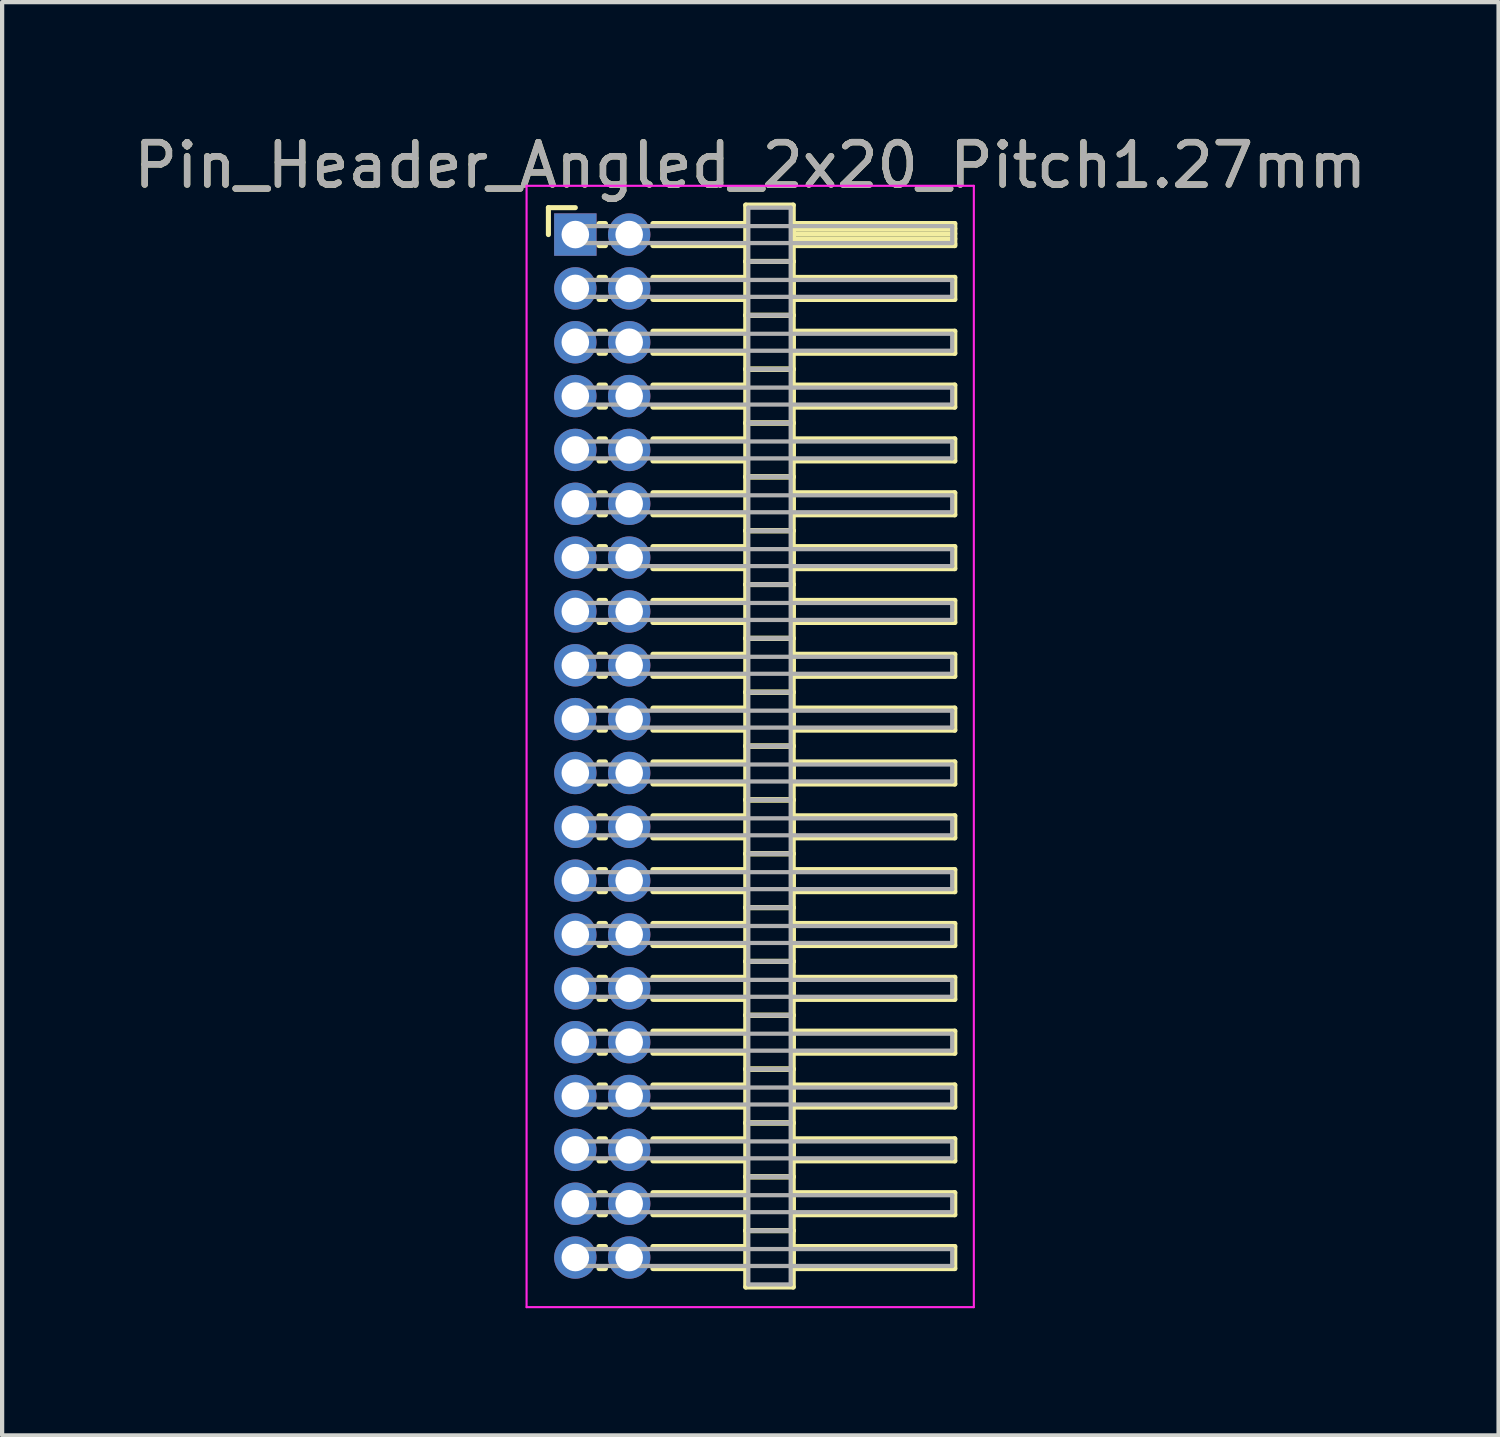
<source format=kicad_pcb>
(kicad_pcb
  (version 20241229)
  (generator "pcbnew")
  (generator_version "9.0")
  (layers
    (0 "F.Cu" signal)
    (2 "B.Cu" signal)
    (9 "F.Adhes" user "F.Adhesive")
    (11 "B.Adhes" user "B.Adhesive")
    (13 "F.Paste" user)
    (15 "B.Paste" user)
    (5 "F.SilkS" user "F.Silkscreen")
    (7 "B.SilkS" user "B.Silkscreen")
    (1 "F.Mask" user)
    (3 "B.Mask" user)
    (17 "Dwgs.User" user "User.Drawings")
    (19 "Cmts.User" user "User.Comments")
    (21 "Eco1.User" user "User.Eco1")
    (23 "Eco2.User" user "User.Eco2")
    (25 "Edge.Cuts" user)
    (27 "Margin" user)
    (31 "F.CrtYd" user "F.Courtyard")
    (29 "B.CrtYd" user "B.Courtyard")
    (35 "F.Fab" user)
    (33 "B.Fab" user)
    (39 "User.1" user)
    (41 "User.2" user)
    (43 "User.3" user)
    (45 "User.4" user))
  (footprint "Pin_Header_Angled_2x20_Pitch1.27mm"
    (layer "F.Cu")
    (at 10.521 2.483)
    (property "Reference" "Pin_Header_Angled_2x20_Pitch1.27mm" (at 4.128 -1.635 0) (layer "F.SilkS") (effects (font (size 1 1) (thickness 0.15))))
    (attr through_hole)
    (fp_line (start -0.635 -0.635) (end 0 -0.635) (stroke (width 0.12) (type solid)) (layer "F.SilkS"))
    (fp_line (start -0.635 0) (end -0.635 -0.635) (stroke (width 0.12) (type solid)) (layer "F.SilkS"))
    (fp_line (start 0.56 -0.26) (end 0.71 -0.26) (stroke (width 0.12) (type solid)) (layer "F.SilkS"))
    (fp_line (start 0.56 0.26) (end 0.71 0.26) (stroke (width 0.12) (type solid)) (layer "F.SilkS"))
    (fp_line (start 0.56 1.01) (end 0.71 1.01) (stroke (width 0.12) (type solid)) (layer "F.SilkS"))
    (fp_line (start 0.56 1.53) (end 0.71 1.53) (stroke (width 0.12) (type solid)) (layer "F.SilkS"))
    (fp_line (start 0.56 2.28) (end 0.71 2.28) (stroke (width 0.12) (type solid)) (layer "F.SilkS"))
    (fp_line (start 0.56 2.8) (end 0.71 2.8) (stroke (width 0.12) (type solid)) (layer "F.SilkS"))
    (fp_line (start 0.56 3.55) (end 0.71 3.55) (stroke (width 0.12) (type solid)) (layer "F.SilkS"))
    (fp_line (start 0.56 4.07) (end 0.71 4.07) (stroke (width 0.12) (type solid)) (layer "F.SilkS"))
    (fp_line (start 0.56 4.82) (end 0.71 4.82) (stroke (width 0.12) (type solid)) (layer "F.SilkS"))
    (fp_line (start 0.56 5.34) (end 0.71 5.34) (stroke (width 0.12) (type solid)) (layer "F.SilkS"))
    (fp_line (start 0.56 6.09) (end 0.71 6.09) (stroke (width 0.12) (type solid)) (layer "F.SilkS"))
    (fp_line (start 0.56 6.61) (end 0.71 6.61) (stroke (width 0.12) (type solid)) (layer "F.SilkS"))
    (fp_line (start 0.56 7.36) (end 0.71 7.36) (stroke (width 0.12) (type solid)) (layer "F.SilkS"))
    (fp_line (start 0.56 7.88) (end 0.71 7.88) (stroke (width 0.12) (type solid)) (layer "F.SilkS"))
    (fp_line (start 0.56 8.63) (end 0.71 8.63) (stroke (width 0.12) (type solid)) (layer "F.SilkS"))
    (fp_line (start 0.56 9.15) (end 0.71 9.15) (stroke (width 0.12) (type solid)) (layer "F.SilkS"))
    (fp_line (start 0.56 9.9) (end 0.71 9.9) (stroke (width 0.12) (type solid)) (layer "F.SilkS"))
    (fp_line (start 0.56 10.42) (end 0.71 10.42) (stroke (width 0.12) (type solid)) (layer "F.SilkS"))
    (fp_line (start 0.56 11.17) (end 0.71 11.17) (stroke (width 0.12) (type solid)) (layer "F.SilkS"))
    (fp_line (start 0.56 11.69) (end 0.71 11.69) (stroke (width 0.12) (type solid)) (layer "F.SilkS"))
    (fp_line (start 0.56 12.44) (end 0.71 12.44) (stroke (width 0.12) (type solid)) (layer "F.SilkS"))
    (fp_line (start 0.56 12.96) (end 0.71 12.96) (stroke (width 0.12) (type solid)) (layer "F.SilkS"))
    (fp_line (start 0.56 13.71) (end 0.71 13.71) (stroke (width 0.12) (type solid)) (layer "F.SilkS"))
    (fp_line (start 0.56 14.23) (end 0.71 14.23) (stroke (width 0.12) (type solid)) (layer "F.SilkS"))
    (fp_line (start 0.56 14.98) (end 0.71 14.98) (stroke (width 0.12) (type solid)) (layer "F.SilkS"))
    (fp_line (start 0.56 15.5) (end 0.71 15.5) (stroke (width 0.12) (type solid)) (layer "F.SilkS"))
    (fp_line (start 0.56 16.25) (end 0.71 16.25) (stroke (width 0.12) (type solid)) (layer "F.SilkS"))
    (fp_line (start 0.56 16.77) (end 0.71 16.77) (stroke (width 0.12) (type solid)) (layer "F.SilkS"))
    (fp_line (start 0.56 17.52) (end 0.71 17.52) (stroke (width 0.12) (type solid)) (layer "F.SilkS"))
    (fp_line (start 0.56 18.04) (end 0.71 18.04) (stroke (width 0.12) (type solid)) (layer "F.SilkS"))
    (fp_line (start 0.56 18.79) (end 0.71 18.79) (stroke (width 0.12) (type solid)) (layer "F.SilkS"))
    (fp_line (start 0.56 19.31) (end 0.71 19.31) (stroke (width 0.12) (type solid)) (layer "F.SilkS"))
    (fp_line (start 0.56 20.06) (end 0.71 20.06) (stroke (width 0.12) (type solid)) (layer "F.SilkS"))
    (fp_line (start 0.56 20.58) (end 0.71 20.58) (stroke (width 0.12) (type solid)) (layer "F.SilkS"))
    (fp_line (start 0.56 21.33) (end 0.71 21.33) (stroke (width 0.12) (type solid)) (layer "F.SilkS"))
    (fp_line (start 0.56 21.85) (end 0.71 21.85) (stroke (width 0.12) (type solid)) (layer "F.SilkS"))
    (fp_line (start 0.56 22.6) (end 0.71 22.6) (stroke (width 0.12) (type solid)) (layer "F.SilkS"))
    (fp_line (start 0.56 23.12) (end 0.71 23.12) (stroke (width 0.12) (type solid)) (layer "F.SilkS"))
    (fp_line (start 0.56 23.87) (end 0.71 23.87) (stroke (width 0.12) (type solid)) (layer "F.SilkS"))
    (fp_line (start 0.56 24.39) (end 0.71 24.39) (stroke (width 0.12) (type solid)) (layer "F.SilkS"))
    (fp_line (start 1.83 -0.26) (end 4.02 -0.26) (stroke (width 0.12) (type solid)) (layer "F.SilkS"))
    (fp_line (start 1.83 0.26) (end 4.02 0.26) (stroke (width 0.12) (type solid)) (layer "F.SilkS"))
    (fp_line (start 1.83 1.01) (end 4.02 1.01) (stroke (width 0.12) (type solid)) (layer "F.SilkS"))
    (fp_line (start 1.83 1.53) (end 4.02 1.53) (stroke (width 0.12) (type solid)) (layer "F.SilkS"))
    (fp_line (start 1.83 2.28) (end 4.02 2.28) (stroke (width 0.12) (type solid)) (layer "F.SilkS"))
    (fp_line (start 1.83 2.8) (end 4.02 2.8) (stroke (width 0.12) (type solid)) (layer "F.SilkS"))
    (fp_line (start 1.83 3.55) (end 4.02 3.55) (stroke (width 0.12) (type solid)) (layer "F.SilkS"))
    (fp_line (start 1.83 4.07) (end 4.02 4.07) (stroke (width 0.12) (type solid)) (layer "F.SilkS"))
    (fp_line (start 1.83 4.82) (end 4.02 4.82) (stroke (width 0.12) (type solid)) (layer "F.SilkS"))
    (fp_line (start 1.83 5.34) (end 4.02 5.34) (stroke (width 0.12) (type solid)) (layer "F.SilkS"))
    (fp_line (start 1.83 6.09) (end 4.02 6.09) (stroke (width 0.12) (type solid)) (layer "F.SilkS"))
    (fp_line (start 1.83 6.61) (end 4.02 6.61) (stroke (width 0.12) (type solid)) (layer "F.SilkS"))
    (fp_line (start 1.83 7.36) (end 4.02 7.36) (stroke (width 0.12) (type solid)) (layer "F.SilkS"))
    (fp_line (start 1.83 7.88) (end 4.02 7.88) (stroke (width 0.12) (type solid)) (layer "F.SilkS"))
    (fp_line (start 1.83 8.63) (end 4.02 8.63) (stroke (width 0.12) (type solid)) (layer "F.SilkS"))
    (fp_line (start 1.83 9.15) (end 4.02 9.15) (stroke (width 0.12) (type solid)) (layer "F.SilkS"))
    (fp_line (start 1.83 9.9) (end 4.02 9.9) (stroke (width 0.12) (type solid)) (layer "F.SilkS"))
    (fp_line (start 1.83 10.42) (end 4.02 10.42) (stroke (width 0.12) (type solid)) (layer "F.SilkS"))
    (fp_line (start 1.83 11.17) (end 4.02 11.17) (stroke (width 0.12) (type solid)) (layer "F.SilkS"))
    (fp_line (start 1.83 11.69) (end 4.02 11.69) (stroke (width 0.12) (type solid)) (layer "F.SilkS"))
    (fp_line (start 1.83 12.44) (end 4.02 12.44) (stroke (width 0.12) (type solid)) (layer "F.SilkS"))
    (fp_line (start 1.83 12.96) (end 4.02 12.96) (stroke (width 0.12) (type solid)) (layer "F.SilkS"))
    (fp_line (start 1.83 13.71) (end 4.02 13.71) (stroke (width 0.12) (type solid)) (layer "F.SilkS"))
    (fp_line (start 1.83 14.23) (end 4.02 14.23) (stroke (width 0.12) (type solid)) (layer "F.SilkS"))
    (fp_line (start 1.83 14.98) (end 4.02 14.98) (stroke (width 0.12) (type solid)) (layer "F.SilkS"))
    (fp_line (start 1.83 15.5) (end 4.02 15.5) (stroke (width 0.12) (type solid)) (layer "F.SilkS"))
    (fp_line (start 1.83 16.25) (end 4.02 16.25) (stroke (width 0.12) (type solid)) (layer "F.SilkS"))
    (fp_line (start 1.83 16.77) (end 4.02 16.77) (stroke (width 0.12) (type solid)) (layer "F.SilkS"))
    (fp_line (start 1.83 17.52) (end 4.02 17.52) (stroke (width 0.12) (type solid)) (layer "F.SilkS"))
    (fp_line (start 1.83 18.04) (end 4.02 18.04) (stroke (width 0.12) (type solid)) (layer "F.SilkS"))
    (fp_line (start 1.83 18.79) (end 4.02 18.79) (stroke (width 0.12) (type solid)) (layer "F.SilkS"))
    (fp_line (start 1.83 19.31) (end 4.02 19.31) (stroke (width 0.12) (type solid)) (layer "F.SilkS"))
    (fp_line (start 1.83 20.06) (end 4.02 20.06) (stroke (width 0.12) (type solid)) (layer "F.SilkS"))
    (fp_line (start 1.83 20.58) (end 4.02 20.58) (stroke (width 0.12) (type solid)) (layer "F.SilkS"))
    (fp_line (start 1.83 21.33) (end 4.02 21.33) (stroke (width 0.12) (type solid)) (layer "F.SilkS"))
    (fp_line (start 1.83 21.85) (end 4.02 21.85) (stroke (width 0.12) (type solid)) (layer "F.SilkS"))
    (fp_line (start 1.83 22.6) (end 4.02 22.6) (stroke (width 0.12) (type solid)) (layer "F.SilkS"))
    (fp_line (start 1.83 23.12) (end 4.02 23.12) (stroke (width 0.12) (type solid)) (layer "F.SilkS"))
    (fp_line (start 1.83 23.87) (end 4.02 23.87) (stroke (width 0.12) (type solid)) (layer "F.SilkS"))
    (fp_line (start 1.83 24.39) (end 4.02 24.39) (stroke (width 0.12) (type solid)) (layer "F.SilkS"))
    (fp_line (start 4.02 -0.695) (end 4.02 0.635) (stroke (width 0.12) (type solid)) (layer "F.SilkS"))
    (fp_line (start 4.02 0.635) (end 4.02 1.905) (stroke (width 0.12) (type solid)) (layer "F.SilkS"))
    (fp_line (start 4.02 0.635) (end 5.14 0.635) (stroke (width 0.12) (type solid)) (layer "F.SilkS"))
    (fp_line (start 4.02 1.905) (end 4.02 3.175) (stroke (width 0.12) (type solid)) (layer "F.SilkS"))
    (fp_line (start 4.02 1.905) (end 5.14 1.905) (stroke (width 0.12) (type solid)) (layer "F.SilkS"))
    (fp_line (start 4.02 3.175) (end 4.02 4.445) (stroke (width 0.12) (type solid)) (layer "F.SilkS"))
    (fp_line (start 4.02 3.175) (end 5.14 3.175) (stroke (width 0.12) (type solid)) (layer "F.SilkS"))
    (fp_line (start 4.02 4.445) (end 4.02 5.715) (stroke (width 0.12) (type solid)) (layer "F.SilkS"))
    (fp_line (start 4.02 4.445) (end 5.14 4.445) (stroke (width 0.12) (type solid)) (layer "F.SilkS"))
    (fp_line (start 4.02 5.715) (end 4.02 6.985) (stroke (width 0.12) (type solid)) (layer "F.SilkS"))
    (fp_line (start 4.02 5.715) (end 5.14 5.715) (stroke (width 0.12) (type solid)) (layer "F.SilkS"))
    (fp_line (start 4.02 6.985) (end 4.02 8.255) (stroke (width 0.12) (type solid)) (layer "F.SilkS"))
    (fp_line (start 4.02 6.985) (end 5.14 6.985) (stroke (width 0.12) (type solid)) (layer "F.SilkS"))
    (fp_line (start 4.02 8.255) (end 4.02 9.525) (stroke (width 0.12) (type solid)) (layer "F.SilkS"))
    (fp_line (start 4.02 8.255) (end 5.14 8.255) (stroke (width 0.12) (type solid)) (layer "F.SilkS"))
    (fp_line (start 4.02 9.525) (end 4.02 10.795) (stroke (width 0.12) (type solid)) (layer "F.SilkS"))
    (fp_line (start 4.02 9.525) (end 5.14 9.525) (stroke (width 0.12) (type solid)) (layer "F.SilkS"))
    (fp_line (start 4.02 10.795) (end 4.02 12.065) (stroke (width 0.12) (type solid)) (layer "F.SilkS"))
    (fp_line (start 4.02 10.795) (end 5.14 10.795) (stroke (width 0.12) (type solid)) (layer "F.SilkS"))
    (fp_line (start 4.02 12.065) (end 4.02 13.335) (stroke (width 0.12) (type solid)) (layer "F.SilkS"))
    (fp_line (start 4.02 12.065) (end 5.14 12.065) (stroke (width 0.12) (type solid)) (layer "F.SilkS"))
    (fp_line (start 4.02 13.335) (end 4.02 14.605) (stroke (width 0.12) (type solid)) (layer "F.SilkS"))
    (fp_line (start 4.02 13.335) (end 5.14 13.335) (stroke (width 0.12) (type solid)) (layer "F.SilkS"))
    (fp_line (start 4.02 14.605) (end 4.02 15.875) (stroke (width 0.12) (type solid)) (layer "F.SilkS"))
    (fp_line (start 4.02 14.605) (end 5.14 14.605) (stroke (width 0.12) (type solid)) (layer "F.SilkS"))
    (fp_line (start 4.02 15.875) (end 4.02 17.145) (stroke (width 0.12) (type solid)) (layer "F.SilkS"))
    (fp_line (start 4.02 15.875) (end 5.14 15.875) (stroke (width 0.12) (type solid)) (layer "F.SilkS"))
    (fp_line (start 4.02 17.145) (end 4.02 18.415) (stroke (width 0.12) (type solid)) (layer "F.SilkS"))
    (fp_line (start 4.02 17.145) (end 5.14 17.145) (stroke (width 0.12) (type solid)) (layer "F.SilkS"))
    (fp_line (start 4.02 18.415) (end 4.02 19.685) (stroke (width 0.12) (type solid)) (layer "F.SilkS"))
    (fp_line (start 4.02 18.415) (end 5.14 18.415) (stroke (width 0.12) (type solid)) (layer "F.SilkS"))
    (fp_line (start 4.02 19.685) (end 4.02 20.955) (stroke (width 0.12) (type solid)) (layer "F.SilkS"))
    (fp_line (start 4.02 19.685) (end 5.14 19.685) (stroke (width 0.12) (type solid)) (layer "F.SilkS"))
    (fp_line (start 4.02 20.955) (end 4.02 22.225) (stroke (width 0.12) (type solid)) (layer "F.SilkS"))
    (fp_line (start 4.02 20.955) (end 5.14 20.955) (stroke (width 0.12) (type solid)) (layer "F.SilkS"))
    (fp_line (start 4.02 22.225) (end 4.02 23.495) (stroke (width 0.12) (type solid)) (layer "F.SilkS"))
    (fp_line (start 4.02 22.225) (end 5.14 22.225) (stroke (width 0.12) (type solid)) (layer "F.SilkS"))
    (fp_line (start 4.02 23.495) (end 4.02 24.825) (stroke (width 0.12) (type solid)) (layer "F.SilkS"))
    (fp_line (start 4.02 23.495) (end 5.14 23.495) (stroke (width 0.12) (type solid)) (layer "F.SilkS"))
    (fp_line (start 4.02 24.825) (end 5.14 24.825) (stroke (width 0.12) (type solid)) (layer "F.SilkS"))
    (fp_line (start 5.14 -0.695) (end 4.02 -0.695) (stroke (width 0.12) (type solid)) (layer "F.SilkS"))
    (fp_line (start 5.14 -0.26) (end 5.14 0.26) (stroke (width 0.12) (type solid)) (layer "F.SilkS"))
    (fp_line (start 5.14 -0.14) (end 8.95 -0.14) (stroke (width 0.12) (type solid)) (layer "F.SilkS"))
    (fp_line (start 5.14 -0.02) (end 8.95 -0.02) (stroke (width 0.12) (type solid)) (layer "F.SilkS"))
    (fp_line (start 5.14 0.1) (end 8.95 0.1) (stroke (width 0.12) (type solid)) (layer "F.SilkS"))
    (fp_line (start 5.14 0.22) (end 8.95 0.22) (stroke (width 0.12) (type solid)) (layer "F.SilkS"))
    (fp_line (start 5.14 0.26) (end 8.95 0.26) (stroke (width 0.12) (type solid)) (layer "F.SilkS"))
    (fp_line (start 5.14 0.635) (end 4.02 0.635) (stroke (width 0.12) (type solid)) (layer "F.SilkS"))
    (fp_line (start 5.14 0.635) (end 5.14 -0.695) (stroke (width 0.12) (type solid)) (layer "F.SilkS"))
    (fp_line (start 5.14 1.01) (end 5.14 1.53) (stroke (width 0.12) (type solid)) (layer "F.SilkS"))
    (fp_line (start 5.14 1.53) (end 8.95 1.53) (stroke (width 0.12) (type solid)) (layer "F.SilkS"))
    (fp_line (start 5.14 1.905) (end 4.02 1.905) (stroke (width 0.12) (type solid)) (layer "F.SilkS"))
    (fp_line (start 5.14 1.905) (end 5.14 0.635) (stroke (width 0.12) (type solid)) (layer "F.SilkS"))
    (fp_line (start 5.14 2.28) (end 5.14 2.8) (stroke (width 0.12) (type solid)) (layer "F.SilkS"))
    (fp_line (start 5.14 2.8) (end 8.95 2.8) (stroke (width 0.12) (type solid)) (layer "F.SilkS"))
    (fp_line (start 5.14 3.175) (end 4.02 3.175) (stroke (width 0.12) (type solid)) (layer "F.SilkS"))
    (fp_line (start 5.14 3.175) (end 5.14 1.905) (stroke (width 0.12) (type solid)) (layer "F.SilkS"))
    (fp_line (start 5.14 3.55) (end 5.14 4.07) (stroke (width 0.12) (type solid)) (layer "F.SilkS"))
    (fp_line (start 5.14 4.07) (end 8.95 4.07) (stroke (width 0.12) (type solid)) (layer "F.SilkS"))
    (fp_line (start 5.14 4.445) (end 4.02 4.445) (stroke (width 0.12) (type solid)) (layer "F.SilkS"))
    (fp_line (start 5.14 4.445) (end 5.14 3.175) (stroke (width 0.12) (type solid)) (layer "F.SilkS"))
    (fp_line (start 5.14 4.82) (end 5.14 5.34) (stroke (width 0.12) (type solid)) (layer "F.SilkS"))
    (fp_line (start 5.14 5.34) (end 8.95 5.34) (stroke (width 0.12) (type solid)) (layer "F.SilkS"))
    (fp_line (start 5.14 5.715) (end 4.02 5.715) (stroke (width 0.12) (type solid)) (layer "F.SilkS"))
    (fp_line (start 5.14 5.715) (end 5.14 4.445) (stroke (width 0.12) (type solid)) (layer "F.SilkS"))
    (fp_line (start 5.14 6.09) (end 5.14 6.61) (stroke (width 0.12) (type solid)) (layer "F.SilkS"))
    (fp_line (start 5.14 6.61) (end 8.95 6.61) (stroke (width 0.12) (type solid)) (layer "F.SilkS"))
    (fp_line (start 5.14 6.985) (end 4.02 6.985) (stroke (width 0.12) (type solid)) (layer "F.SilkS"))
    (fp_line (start 5.14 6.985) (end 5.14 5.715) (stroke (width 0.12) (type solid)) (layer "F.SilkS"))
    (fp_line (start 5.14 7.36) (end 5.14 7.88) (stroke (width 0.12) (type solid)) (layer "F.SilkS"))
    (fp_line (start 5.14 7.88) (end 8.95 7.88) (stroke (width 0.12) (type solid)) (layer "F.SilkS"))
    (fp_line (start 5.14 8.255) (end 4.02 8.255) (stroke (width 0.12) (type solid)) (layer "F.SilkS"))
    (fp_line (start 5.14 8.255) (end 5.14 6.985) (stroke (width 0.12) (type solid)) (layer "F.SilkS"))
    (fp_line (start 5.14 8.63) (end 5.14 9.15) (stroke (width 0.12) (type solid)) (layer "F.SilkS"))
    (fp_line (start 5.14 9.15) (end 8.95 9.15) (stroke (width 0.12) (type solid)) (layer "F.SilkS"))
    (fp_line (start 5.14 9.525) (end 4.02 9.525) (stroke (width 0.12) (type solid)) (layer "F.SilkS"))
    (fp_line (start 5.14 9.525) (end 5.14 8.255) (stroke (width 0.12) (type solid)) (layer "F.SilkS"))
    (fp_line (start 5.14 9.9) (end 5.14 10.42) (stroke (width 0.12) (type solid)) (layer "F.SilkS"))
    (fp_line (start 5.14 10.42) (end 8.95 10.42) (stroke (width 0.12) (type solid)) (layer "F.SilkS"))
    (fp_line (start 5.14 10.795) (end 4.02 10.795) (stroke (width 0.12) (type solid)) (layer "F.SilkS"))
    (fp_line (start 5.14 10.795) (end 5.14 9.525) (stroke (width 0.12) (type solid)) (layer "F.SilkS"))
    (fp_line (start 5.14 11.17) (end 5.14 11.69) (stroke (width 0.12) (type solid)) (layer "F.SilkS"))
    (fp_line (start 5.14 11.69) (end 8.95 11.69) (stroke (width 0.12) (type solid)) (layer "F.SilkS"))
    (fp_line (start 5.14 12.065) (end 4.02 12.065) (stroke (width 0.12) (type solid)) (layer "F.SilkS"))
    (fp_line (start 5.14 12.065) (end 5.14 10.795) (stroke (width 0.12) (type solid)) (layer "F.SilkS"))
    (fp_line (start 5.14 12.44) (end 5.14 12.96) (stroke (width 0.12) (type solid)) (layer "F.SilkS"))
    (fp_line (start 5.14 12.96) (end 8.95 12.96) (stroke (width 0.12) (type solid)) (layer "F.SilkS"))
    (fp_line (start 5.14 13.335) (end 4.02 13.335) (stroke (width 0.12) (type solid)) (layer "F.SilkS"))
    (fp_line (start 5.14 13.335) (end 5.14 12.065) (stroke (width 0.12) (type solid)) (layer "F.SilkS"))
    (fp_line (start 5.14 13.71) (end 5.14 14.23) (stroke (width 0.12) (type solid)) (layer "F.SilkS"))
    (fp_line (start 5.14 14.23) (end 8.95 14.23) (stroke (width 0.12) (type solid)) (layer "F.SilkS"))
    (fp_line (start 5.14 14.605) (end 4.02 14.605) (stroke (width 0.12) (type solid)) (layer "F.SilkS"))
    (fp_line (start 5.14 14.605) (end 5.14 13.335) (stroke (width 0.12) (type solid)) (layer "F.SilkS"))
    (fp_line (start 5.14 14.98) (end 5.14 15.5) (stroke (width 0.12) (type solid)) (layer "F.SilkS"))
    (fp_line (start 5.14 15.5) (end 8.95 15.5) (stroke (width 0.12) (type solid)) (layer "F.SilkS"))
    (fp_line (start 5.14 15.875) (end 4.02 15.875) (stroke (width 0.12) (type solid)) (layer "F.SilkS"))
    (fp_line (start 5.14 15.875) (end 5.14 14.605) (stroke (width 0.12) (type solid)) (layer "F.SilkS"))
    (fp_line (start 5.14 16.25) (end 5.14 16.77) (stroke (width 0.12) (type solid)) (layer "F.SilkS"))
    (fp_line (start 5.14 16.77) (end 8.95 16.77) (stroke (width 0.12) (type solid)) (layer "F.SilkS"))
    (fp_line (start 5.14 17.145) (end 4.02 17.145) (stroke (width 0.12) (type solid)) (layer "F.SilkS"))
    (fp_line (start 5.14 17.145) (end 5.14 15.875) (stroke (width 0.12) (type solid)) (layer "F.SilkS"))
    (fp_line (start 5.14 17.52) (end 5.14 18.04) (stroke (width 0.12) (type solid)) (layer "F.SilkS"))
    (fp_line (start 5.14 18.04) (end 8.95 18.04) (stroke (width 0.12) (type solid)) (layer "F.SilkS"))
    (fp_line (start 5.14 18.415) (end 4.02 18.415) (stroke (width 0.12) (type solid)) (layer "F.SilkS"))
    (fp_line (start 5.14 18.415) (end 5.14 17.145) (stroke (width 0.12) (type solid)) (layer "F.SilkS"))
    (fp_line (start 5.14 18.79) (end 5.14 19.31) (stroke (width 0.12) (type solid)) (layer "F.SilkS"))
    (fp_line (start 5.14 19.31) (end 8.95 19.31) (stroke (width 0.12) (type solid)) (layer "F.SilkS"))
    (fp_line (start 5.14 19.685) (end 4.02 19.685) (stroke (width 0.12) (type solid)) (layer "F.SilkS"))
    (fp_line (start 5.14 19.685) (end 5.14 18.415) (stroke (width 0.12) (type solid)) (layer "F.SilkS"))
    (fp_line (start 5.14 20.06) (end 5.14 20.58) (stroke (width 0.12) (type solid)) (layer "F.SilkS"))
    (fp_line (start 5.14 20.58) (end 8.95 20.58) (stroke (width 0.12) (type solid)) (layer "F.SilkS"))
    (fp_line (start 5.14 20.955) (end 4.02 20.955) (stroke (width 0.12) (type solid)) (layer "F.SilkS"))
    (fp_line (start 5.14 20.955) (end 5.14 19.685) (stroke (width 0.12) (type solid)) (layer "F.SilkS"))
    (fp_line (start 5.14 21.33) (end 5.14 21.85) (stroke (width 0.12) (type solid)) (layer "F.SilkS"))
    (fp_line (start 5.14 21.85) (end 8.95 21.85) (stroke (width 0.12) (type solid)) (layer "F.SilkS"))
    (fp_line (start 5.14 22.225) (end 4.02 22.225) (stroke (width 0.12) (type solid)) (layer "F.SilkS"))
    (fp_line (start 5.14 22.225) (end 5.14 20.955) (stroke (width 0.12) (type solid)) (layer "F.SilkS"))
    (fp_line (start 5.14 22.6) (end 5.14 23.12) (stroke (width 0.12) (type solid)) (layer "F.SilkS"))
    (fp_line (start 5.14 23.12) (end 8.95 23.12) (stroke (width 0.12) (type solid)) (layer "F.SilkS"))
    (fp_line (start 5.14 23.495) (end 4.02 23.495) (stroke (width 0.12) (type solid)) (layer "F.SilkS"))
    (fp_line (start 5.14 23.495) (end 5.14 22.225) (stroke (width 0.12) (type solid)) (layer "F.SilkS"))
    (fp_line (start 5.14 23.87) (end 5.14 24.39) (stroke (width 0.12) (type solid)) (layer "F.SilkS"))
    (fp_line (start 5.14 24.39) (end 8.95 24.39) (stroke (width 0.12) (type solid)) (layer "F.SilkS"))
    (fp_line (start 5.14 24.825) (end 5.14 23.495) (stroke (width 0.12) (type solid)) (layer "F.SilkS"))
    (fp_line (start 8.95 -0.26) (end 5.14 -0.26) (stroke (width 0.12) (type solid)) (layer "F.SilkS"))
    (fp_line (start 8.95 0.26) (end 8.95 -0.26) (stroke (width 0.12) (type solid)) (layer "F.SilkS"))
    (fp_line (start 8.95 1.01) (end 5.14 1.01) (stroke (width 0.12) (type solid)) (layer "F.SilkS"))
    (fp_line (start 8.95 1.53) (end 8.95 1.01) (stroke (width 0.12) (type solid)) (layer "F.SilkS"))
    (fp_line (start 8.95 2.28) (end 5.14 2.28) (stroke (width 0.12) (type solid)) (layer "F.SilkS"))
    (fp_line (start 8.95 2.8) (end 8.95 2.28) (stroke (width 0.12) (type solid)) (layer "F.SilkS"))
    (fp_line (start 8.95 3.55) (end 5.14 3.55) (stroke (width 0.12) (type solid)) (layer "F.SilkS"))
    (fp_line (start 8.95 4.07) (end 8.95 3.55) (stroke (width 0.12) (type solid)) (layer "F.SilkS"))
    (fp_line (start 8.95 4.82) (end 5.14 4.82) (stroke (width 0.12) (type solid)) (layer "F.SilkS"))
    (fp_line (start 8.95 5.34) (end 8.95 4.82) (stroke (width 0.12) (type solid)) (layer "F.SilkS"))
    (fp_line (start 8.95 6.09) (end 5.14 6.09) (stroke (width 0.12) (type solid)) (layer "F.SilkS"))
    (fp_line (start 8.95 6.61) (end 8.95 6.09) (stroke (width 0.12) (type solid)) (layer "F.SilkS"))
    (fp_line (start 8.95 7.36) (end 5.14 7.36) (stroke (width 0.12) (type solid)) (layer "F.SilkS"))
    (fp_line (start 8.95 7.88) (end 8.95 7.36) (stroke (width 0.12) (type solid)) (layer "F.SilkS"))
    (fp_line (start 8.95 8.63) (end 5.14 8.63) (stroke (width 0.12) (type solid)) (layer "F.SilkS"))
    (fp_line (start 8.95 9.15) (end 8.95 8.63) (stroke (width 0.12) (type solid)) (layer "F.SilkS"))
    (fp_line (start 8.95 9.9) (end 5.14 9.9) (stroke (width 0.12) (type solid)) (layer "F.SilkS"))
    (fp_line (start 8.95 10.42) (end 8.95 9.9) (stroke (width 0.12) (type solid)) (layer "F.SilkS"))
    (fp_line (start 8.95 11.17) (end 5.14 11.17) (stroke (width 0.12) (type solid)) (layer "F.SilkS"))
    (fp_line (start 8.95 11.69) (end 8.95 11.17) (stroke (width 0.12) (type solid)) (layer "F.SilkS"))
    (fp_line (start 8.95 12.44) (end 5.14 12.44) (stroke (width 0.12) (type solid)) (layer "F.SilkS"))
    (fp_line (start 8.95 12.96) (end 8.95 12.44) (stroke (width 0.12) (type solid)) (layer "F.SilkS"))
    (fp_line (start 8.95 13.71) (end 5.14 13.71) (stroke (width 0.12) (type solid)) (layer "F.SilkS"))
    (fp_line (start 8.95 14.23) (end 8.95 13.71) (stroke (width 0.12) (type solid)) (layer "F.SilkS"))
    (fp_line (start 8.95 14.98) (end 5.14 14.98) (stroke (width 0.12) (type solid)) (layer "F.SilkS"))
    (fp_line (start 8.95 15.5) (end 8.95 14.98) (stroke (width 0.12) (type solid)) (layer "F.SilkS"))
    (fp_line (start 8.95 16.25) (end 5.14 16.25) (stroke (width 0.12) (type solid)) (layer "F.SilkS"))
    (fp_line (start 8.95 16.77) (end 8.95 16.25) (stroke (width 0.12) (type solid)) (layer "F.SilkS"))
    (fp_line (start 8.95 17.52) (end 5.14 17.52) (stroke (width 0.12) (type solid)) (layer "F.SilkS"))
    (fp_line (start 8.95 18.04) (end 8.95 17.52) (stroke (width 0.12) (type solid)) (layer "F.SilkS"))
    (fp_line (start 8.95 18.79) (end 5.14 18.79) (stroke (width 0.12) (type solid)) (layer "F.SilkS"))
    (fp_line (start 8.95 19.31) (end 8.95 18.79) (stroke (width 0.12) (type solid)) (layer "F.SilkS"))
    (fp_line (start 8.95 20.06) (end 5.14 20.06) (stroke (width 0.12) (type solid)) (layer "F.SilkS"))
    (fp_line (start 8.95 20.58) (end 8.95 20.06) (stroke (width 0.12) (type solid)) (layer "F.SilkS"))
    (fp_line (start 8.95 21.33) (end 5.14 21.33) (stroke (width 0.12) (type solid)) (layer "F.SilkS"))
    (fp_line (start 8.95 21.85) (end 8.95 21.33) (stroke (width 0.12) (type solid)) (layer "F.SilkS"))
    (fp_line (start 8.95 22.6) (end 5.14 22.6) (stroke (width 0.12) (type solid)) (layer "F.SilkS"))
    (fp_line (start 8.95 23.12) (end 8.95 22.6) (stroke (width 0.12) (type solid)) (layer "F.SilkS"))
    (fp_line (start 8.95 23.87) (end 5.14 23.87) (stroke (width 0.12) (type solid)) (layer "F.SilkS"))
    (fp_line (start 8.95 24.39) (end 8.95 23.87) (stroke (width 0.12) (type solid)) (layer "F.SilkS"))
    (fp_line (start -1.15 -1.15) (end -1.15 25.3) (stroke (width 0.05) (type solid)) (layer "F.CrtYd"))
    (fp_line (start -1.15 25.3) (end 9.4 25.3) (stroke (width 0.05) (type solid)) (layer "F.CrtYd"))
    (fp_line (start 9.4 -1.15) (end -1.15 -1.15) (stroke (width 0.05) (type solid)) (layer "F.CrtYd"))
    (fp_line (start 9.4 25.3) (end 9.4 -1.15) (stroke (width 0.05) (type solid)) (layer "F.CrtYd"))
    (fp_line (start 0 -0.2) (end 0 0.2) (stroke (width 0.1) (type solid)) (layer "F.Fab"))
    (fp_line (start 0 0.2) (end 8.89 0.2) (stroke (width 0.1) (type solid)) (layer "F.Fab"))
    (fp_line (start 0 1.07) (end 0 1.47) (stroke (width 0.1) (type solid)) (layer "F.Fab"))
    (fp_line (start 0 1.47) (end 8.89 1.47) (stroke (width 0.1) (type solid)) (layer "F.Fab"))
    (fp_line (start 0 2.34) (end 0 2.74) (stroke (width 0.1) (type solid)) (layer "F.Fab"))
    (fp_line (start 0 2.74) (end 8.89 2.74) (stroke (width 0.1) (type solid)) (layer "F.Fab"))
    (fp_line (start 0 3.61) (end 0 4.01) (stroke (width 0.1) (type solid)) (layer "F.Fab"))
    (fp_line (start 0 4.01) (end 8.89 4.01) (stroke (width 0.1) (type solid)) (layer "F.Fab"))
    (fp_line (start 0 4.88) (end 0 5.28) (stroke (width 0.1) (type solid)) (layer "F.Fab"))
    (fp_line (start 0 5.28) (end 8.89 5.28) (stroke (width 0.1) (type solid)) (layer "F.Fab"))
    (fp_line (start 0 6.15) (end 0 6.55) (stroke (width 0.1) (type solid)) (layer "F.Fab"))
    (fp_line (start 0 6.55) (end 8.89 6.55) (stroke (width 0.1) (type solid)) (layer "F.Fab"))
    (fp_line (start 0 7.42) (end 0 7.82) (stroke (width 0.1) (type solid)) (layer "F.Fab"))
    (fp_line (start 0 7.82) (end 8.89 7.82) (stroke (width 0.1) (type solid)) (layer "F.Fab"))
    (fp_line (start 0 8.69) (end 0 9.09) (stroke (width 0.1) (type solid)) (layer "F.Fab"))
    (fp_line (start 0 9.09) (end 8.89 9.09) (stroke (width 0.1) (type solid)) (layer "F.Fab"))
    (fp_line (start 0 9.96) (end 0 10.36) (stroke (width 0.1) (type solid)) (layer "F.Fab"))
    (fp_line (start 0 10.36) (end 8.89 10.36) (stroke (width 0.1) (type solid)) (layer "F.Fab"))
    (fp_line (start 0 11.23) (end 0 11.63) (stroke (width 0.1) (type solid)) (layer "F.Fab"))
    (fp_line (start 0 11.63) (end 8.89 11.63) (stroke (width 0.1) (type solid)) (layer "F.Fab"))
    (fp_line (start 0 12.5) (end 0 12.9) (stroke (width 0.1) (type solid)) (layer "F.Fab"))
    (fp_line (start 0 12.9) (end 8.89 12.9) (stroke (width 0.1) (type solid)) (layer "F.Fab"))
    (fp_line (start 0 13.77) (end 0 14.17) (stroke (width 0.1) (type solid)) (layer "F.Fab"))
    (fp_line (start 0 14.17) (end 8.89 14.17) (stroke (width 0.1) (type solid)) (layer "F.Fab"))
    (fp_line (start 0 15.04) (end 0 15.44) (stroke (width 0.1) (type solid)) (layer "F.Fab"))
    (fp_line (start 0 15.44) (end 8.89 15.44) (stroke (width 0.1) (type solid)) (layer "F.Fab"))
    (fp_line (start 0 16.31) (end 0 16.71) (stroke (width 0.1) (type solid)) (layer "F.Fab"))
    (fp_line (start 0 16.71) (end 8.89 16.71) (stroke (width 0.1) (type solid)) (layer "F.Fab"))
    (fp_line (start 0 17.58) (end 0 17.98) (stroke (width 0.1) (type solid)) (layer "F.Fab"))
    (fp_line (start 0 17.98) (end 8.89 17.98) (stroke (width 0.1) (type solid)) (layer "F.Fab"))
    (fp_line (start 0 18.85) (end 0 19.25) (stroke (width 0.1) (type solid)) (layer "F.Fab"))
    (fp_line (start 0 19.25) (end 8.89 19.25) (stroke (width 0.1) (type solid)) (layer "F.Fab"))
    (fp_line (start 0 20.12) (end 0 20.52) (stroke (width 0.1) (type solid)) (layer "F.Fab"))
    (fp_line (start 0 20.52) (end 8.89 20.52) (stroke (width 0.1) (type solid)) (layer "F.Fab"))
    (fp_line (start 0 21.39) (end 0 21.79) (stroke (width 0.1) (type solid)) (layer "F.Fab"))
    (fp_line (start 0 21.79) (end 8.89 21.79) (stroke (width 0.1) (type solid)) (layer "F.Fab"))
    (fp_line (start 0 22.66) (end 0 23.06) (stroke (width 0.1) (type solid)) (layer "F.Fab"))
    (fp_line (start 0 23.06) (end 8.89 23.06) (stroke (width 0.1) (type solid)) (layer "F.Fab"))
    (fp_line (start 0 23.93) (end 0 24.33) (stroke (width 0.1) (type solid)) (layer "F.Fab"))
    (fp_line (start 0 24.33) (end 8.89 24.33) (stroke (width 0.1) (type solid)) (layer "F.Fab"))
    (fp_line (start 4.08 -0.635) (end 4.08 0.635) (stroke (width 0.1) (type solid)) (layer "F.Fab"))
    (fp_line (start 4.08 0.635) (end 4.08 1.905) (stroke (width 0.1) (type solid)) (layer "F.Fab"))
    (fp_line (start 4.08 0.635) (end 5.08 0.635) (stroke (width 0.1) (type solid)) (layer "F.Fab"))
    (fp_line (start 4.08 1.905) (end 4.08 3.175) (stroke (width 0.1) (type solid)) (layer "F.Fab"))
    (fp_line (start 4.08 1.905) (end 5.08 1.905) (stroke (width 0.1) (type solid)) (layer "F.Fab"))
    (fp_line (start 4.08 3.175) (end 4.08 4.445) (stroke (width 0.1) (type solid)) (layer "F.Fab"))
    (fp_line (start 4.08 3.175) (end 5.08 3.175) (stroke (width 0.1) (type solid)) (layer "F.Fab"))
    (fp_line (start 4.08 4.445) (end 4.08 5.715) (stroke (width 0.1) (type solid)) (layer "F.Fab"))
    (fp_line (start 4.08 4.445) (end 5.08 4.445) (stroke (width 0.1) (type solid)) (layer "F.Fab"))
    (fp_line (start 4.08 5.715) (end 4.08 6.985) (stroke (width 0.1) (type solid)) (layer "F.Fab"))
    (fp_line (start 4.08 5.715) (end 5.08 5.715) (stroke (width 0.1) (type solid)) (layer "F.Fab"))
    (fp_line (start 4.08 6.985) (end 4.08 8.255) (stroke (width 0.1) (type solid)) (layer "F.Fab"))
    (fp_line (start 4.08 6.985) (end 5.08 6.985) (stroke (width 0.1) (type solid)) (layer "F.Fab"))
    (fp_line (start 4.08 8.255) (end 4.08 9.525) (stroke (width 0.1) (type solid)) (layer "F.Fab"))
    (fp_line (start 4.08 8.255) (end 5.08 8.255) (stroke (width 0.1) (type solid)) (layer "F.Fab"))
    (fp_line (start 4.08 9.525) (end 4.08 10.795) (stroke (width 0.1) (type solid)) (layer "F.Fab"))
    (fp_line (start 4.08 9.525) (end 5.08 9.525) (stroke (width 0.1) (type solid)) (layer "F.Fab"))
    (fp_line (start 4.08 10.795) (end 4.08 12.065) (stroke (width 0.1) (type solid)) (layer "F.Fab"))
    (fp_line (start 4.08 10.795) (end 5.08 10.795) (stroke (width 0.1) (type solid)) (layer "F.Fab"))
    (fp_line (start 4.08 12.065) (end 4.08 13.335) (stroke (width 0.1) (type solid)) (layer "F.Fab"))
    (fp_line (start 4.08 12.065) (end 5.08 12.065) (stroke (width 0.1) (type solid)) (layer "F.Fab"))
    (fp_line (start 4.08 13.335) (end 4.08 14.605) (stroke (width 0.1) (type solid)) (layer "F.Fab"))
    (fp_line (start 4.08 13.335) (end 5.08 13.335) (stroke (width 0.1) (type solid)) (layer "F.Fab"))
    (fp_line (start 4.08 14.605) (end 4.08 15.875) (stroke (width 0.1) (type solid)) (layer "F.Fab"))
    (fp_line (start 4.08 14.605) (end 5.08 14.605) (stroke (width 0.1) (type solid)) (layer "F.Fab"))
    (fp_line (start 4.08 15.875) (end 4.08 17.145) (stroke (width 0.1) (type solid)) (layer "F.Fab"))
    (fp_line (start 4.08 15.875) (end 5.08 15.875) (stroke (width 0.1) (type solid)) (layer "F.Fab"))
    (fp_line (start 4.08 17.145) (end 4.08 18.415) (stroke (width 0.1) (type solid)) (layer "F.Fab"))
    (fp_line (start 4.08 17.145) (end 5.08 17.145) (stroke (width 0.1) (type solid)) (layer "F.Fab"))
    (fp_line (start 4.08 18.415) (end 4.08 19.685) (stroke (width 0.1) (type solid)) (layer "F.Fab"))
    (fp_line (start 4.08 18.415) (end 5.08 18.415) (stroke (width 0.1) (type solid)) (layer "F.Fab"))
    (fp_line (start 4.08 19.685) (end 4.08 20.955) (stroke (width 0.1) (type solid)) (layer "F.Fab"))
    (fp_line (start 4.08 19.685) (end 5.08 19.685) (stroke (width 0.1) (type solid)) (layer "F.Fab"))
    (fp_line (start 4.08 20.955) (end 4.08 22.225) (stroke (width 0.1) (type solid)) (layer "F.Fab"))
    (fp_line (start 4.08 20.955) (end 5.08 20.955) (stroke (width 0.1) (type solid)) (layer "F.Fab"))
    (fp_line (start 4.08 22.225) (end 4.08 23.495) (stroke (width 0.1) (type solid)) (layer "F.Fab"))
    (fp_line (start 4.08 22.225) (end 5.08 22.225) (stroke (width 0.1) (type solid)) (layer "F.Fab"))
    (fp_line (start 4.08 23.495) (end 4.08 24.765) (stroke (width 0.1) (type solid)) (layer "F.Fab"))
    (fp_line (start 4.08 23.495) (end 5.08 23.495) (stroke (width 0.1) (type solid)) (layer "F.Fab"))
    (fp_line (start 4.08 24.765) (end 5.08 24.765) (stroke (width 0.1) (type solid)) (layer "F.Fab"))
    (fp_line (start 5.08 -0.635) (end 4.08 -0.635) (stroke (width 0.1) (type solid)) (layer "F.Fab"))
    (fp_line (start 5.08 0.635) (end 4.08 0.635) (stroke (width 0.1) (type solid)) (layer "F.Fab"))
    (fp_line (start 5.08 0.635) (end 5.08 -0.635) (stroke (width 0.1) (type solid)) (layer "F.Fab"))
    (fp_line (start 5.08 1.905) (end 4.08 1.905) (stroke (width 0.1) (type solid)) (layer "F.Fab"))
    (fp_line (start 5.08 1.905) (end 5.08 0.635) (stroke (width 0.1) (type solid)) (layer "F.Fab"))
    (fp_line (start 5.08 3.175) (end 4.08 3.175) (stroke (width 0.1) (type solid)) (layer "F.Fab"))
    (fp_line (start 5.08 3.175) (end 5.08 1.905) (stroke (width 0.1) (type solid)) (layer "F.Fab"))
    (fp_line (start 5.08 4.445) (end 4.08 4.445) (stroke (width 0.1) (type solid)) (layer "F.Fab"))
    (fp_line (start 5.08 4.445) (end 5.08 3.175) (stroke (width 0.1) (type solid)) (layer "F.Fab"))
    (fp_line (start 5.08 5.715) (end 4.08 5.715) (stroke (width 0.1) (type solid)) (layer "F.Fab"))
    (fp_line (start 5.08 5.715) (end 5.08 4.445) (stroke (width 0.1) (type solid)) (layer "F.Fab"))
    (fp_line (start 5.08 6.985) (end 4.08 6.985) (stroke (width 0.1) (type solid)) (layer "F.Fab"))
    (fp_line (start 5.08 6.985) (end 5.08 5.715) (stroke (width 0.1) (type solid)) (layer "F.Fab"))
    (fp_line (start 5.08 8.255) (end 4.08 8.255) (stroke (width 0.1) (type solid)) (layer "F.Fab"))
    (fp_line (start 5.08 8.255) (end 5.08 6.985) (stroke (width 0.1) (type solid)) (layer "F.Fab"))
    (fp_line (start 5.08 9.525) (end 4.08 9.525) (stroke (width 0.1) (type solid)) (layer "F.Fab"))
    (fp_line (start 5.08 9.525) (end 5.08 8.255) (stroke (width 0.1) (type solid)) (layer "F.Fab"))
    (fp_line (start 5.08 10.795) (end 4.08 10.795) (stroke (width 0.1) (type solid)) (layer "F.Fab"))
    (fp_line (start 5.08 10.795) (end 5.08 9.525) (stroke (width 0.1) (type solid)) (layer "F.Fab"))
    (fp_line (start 5.08 12.065) (end 4.08 12.065) (stroke (width 0.1) (type solid)) (layer "F.Fab"))
    (fp_line (start 5.08 12.065) (end 5.08 10.795) (stroke (width 0.1) (type solid)) (layer "F.Fab"))
    (fp_line (start 5.08 13.335) (end 4.08 13.335) (stroke (width 0.1) (type solid)) (layer "F.Fab"))
    (fp_line (start 5.08 13.335) (end 5.08 12.065) (stroke (width 0.1) (type solid)) (layer "F.Fab"))
    (fp_line (start 5.08 14.605) (end 4.08 14.605) (stroke (width 0.1) (type solid)) (layer "F.Fab"))
    (fp_line (start 5.08 14.605) (end 5.08 13.335) (stroke (width 0.1) (type solid)) (layer "F.Fab"))
    (fp_line (start 5.08 15.875) (end 4.08 15.875) (stroke (width 0.1) (type solid)) (layer "F.Fab"))
    (fp_line (start 5.08 15.875) (end 5.08 14.605) (stroke (width 0.1) (type solid)) (layer "F.Fab"))
    (fp_line (start 5.08 17.145) (end 4.08 17.145) (stroke (width 0.1) (type solid)) (layer "F.Fab"))
    (fp_line (start 5.08 17.145) (end 5.08 15.875) (stroke (width 0.1) (type solid)) (layer "F.Fab"))
    (fp_line (start 5.08 18.415) (end 4.08 18.415) (stroke (width 0.1) (type solid)) (layer "F.Fab"))
    (fp_line (start 5.08 18.415) (end 5.08 17.145) (stroke (width 0.1) (type solid)) (layer "F.Fab"))
    (fp_line (start 5.08 19.685) (end 4.08 19.685) (stroke (width 0.1) (type solid)) (layer "F.Fab"))
    (fp_line (start 5.08 19.685) (end 5.08 18.415) (stroke (width 0.1) (type solid)) (layer "F.Fab"))
    (fp_line (start 5.08 20.955) (end 4.08 20.955) (stroke (width 0.1) (type solid)) (layer "F.Fab"))
    (fp_line (start 5.08 20.955) (end 5.08 19.685) (stroke (width 0.1) (type solid)) (layer "F.Fab"))
    (fp_line (start 5.08 22.225) (end 4.08 22.225) (stroke (width 0.1) (type solid)) (layer "F.Fab"))
    (fp_line (start 5.08 22.225) (end 5.08 20.955) (stroke (width 0.1) (type solid)) (layer "F.Fab"))
    (fp_line (start 5.08 23.495) (end 4.08 23.495) (stroke (width 0.1) (type solid)) (layer "F.Fab"))
    (fp_line (start 5.08 23.495) (end 5.08 22.225) (stroke (width 0.1) (type solid)) (layer "F.Fab"))
    (fp_line (start 5.08 24.765) (end 5.08 23.495) (stroke (width 0.1) (type solid)) (layer "F.Fab"))
    (fp_line (start 8.89 -0.2) (end 0 -0.2) (stroke (width 0.1) (type solid)) (layer "F.Fab"))
    (fp_line (start 8.89 0.2) (end 8.89 -0.2) (stroke (width 0.1) (type solid)) (layer "F.Fab"))
    (fp_line (start 8.89 1.07) (end 0 1.07) (stroke (width 0.1) (type solid)) (layer "F.Fab"))
    (fp_line (start 8.89 1.47) (end 8.89 1.07) (stroke (width 0.1) (type solid)) (layer "F.Fab"))
    (fp_line (start 8.89 2.34) (end 0 2.34) (stroke (width 0.1) (type solid)) (layer "F.Fab"))
    (fp_line (start 8.89 2.74) (end 8.89 2.34) (stroke (width 0.1) (type solid)) (layer "F.Fab"))
    (fp_line (start 8.89 3.61) (end 0 3.61) (stroke (width 0.1) (type solid)) (layer "F.Fab"))
    (fp_line (start 8.89 4.01) (end 8.89 3.61) (stroke (width 0.1) (type solid)) (layer "F.Fab"))
    (fp_line (start 8.89 4.88) (end 0 4.88) (stroke (width 0.1) (type solid)) (layer "F.Fab"))
    (fp_line (start 8.89 5.28) (end 8.89 4.88) (stroke (width 0.1) (type solid)) (layer "F.Fab"))
    (fp_line (start 8.89 6.15) (end 0 6.15) (stroke (width 0.1) (type solid)) (layer "F.Fab"))
    (fp_line (start 8.89 6.55) (end 8.89 6.15) (stroke (width 0.1) (type solid)) (layer "F.Fab"))
    (fp_line (start 8.89 7.42) (end 0 7.42) (stroke (width 0.1) (type solid)) (layer "F.Fab"))
    (fp_line (start 8.89 7.82) (end 8.89 7.42) (stroke (width 0.1) (type solid)) (layer "F.Fab"))
    (fp_line (start 8.89 8.69) (end 0 8.69) (stroke (width 0.1) (type solid)) (layer "F.Fab"))
    (fp_line (start 8.89 9.09) (end 8.89 8.69) (stroke (width 0.1) (type solid)) (layer "F.Fab"))
    (fp_line (start 8.89 9.96) (end 0 9.96) (stroke (width 0.1) (type solid)) (layer "F.Fab"))
    (fp_line (start 8.89 10.36) (end 8.89 9.96) (stroke (width 0.1) (type solid)) (layer "F.Fab"))
    (fp_line (start 8.89 11.23) (end 0 11.23) (stroke (width 0.1) (type solid)) (layer "F.Fab"))
    (fp_line (start 8.89 11.63) (end 8.89 11.23) (stroke (width 0.1) (type solid)) (layer "F.Fab"))
    (fp_line (start 8.89 12.5) (end 0 12.5) (stroke (width 0.1) (type solid)) (layer "F.Fab"))
    (fp_line (start 8.89 12.9) (end 8.89 12.5) (stroke (width 0.1) (type solid)) (layer "F.Fab"))
    (fp_line (start 8.89 13.77) (end 0 13.77) (stroke (width 0.1) (type solid)) (layer "F.Fab"))
    (fp_line (start 8.89 14.17) (end 8.89 13.77) (stroke (width 0.1) (type solid)) (layer "F.Fab"))
    (fp_line (start 8.89 15.04) (end 0 15.04) (stroke (width 0.1) (type solid)) (layer "F.Fab"))
    (fp_line (start 8.89 15.44) (end 8.89 15.04) (stroke (width 0.1) (type solid)) (layer "F.Fab"))
    (fp_line (start 8.89 16.31) (end 0 16.31) (stroke (width 0.1) (type solid)) (layer "F.Fab"))
    (fp_line (start 8.89 16.71) (end 8.89 16.31) (stroke (width 0.1) (type solid)) (layer "F.Fab"))
    (fp_line (start 8.89 17.58) (end 0 17.58) (stroke (width 0.1) (type solid)) (layer "F.Fab"))
    (fp_line (start 8.89 17.98) (end 8.89 17.58) (stroke (width 0.1) (type solid)) (layer "F.Fab"))
    (fp_line (start 8.89 18.85) (end 0 18.85) (stroke (width 0.1) (type solid)) (layer "F.Fab"))
    (fp_line (start 8.89 19.25) (end 8.89 18.85) (stroke (width 0.1) (type solid)) (layer "F.Fab"))
    (fp_line (start 8.89 20.12) (end 0 20.12) (stroke (width 0.1) (type solid)) (layer "F.Fab"))
    (fp_line (start 8.89 20.52) (end 8.89 20.12) (stroke (width 0.1) (type solid)) (layer "F.Fab"))
    (fp_line (start 8.89 21.39) (end 0 21.39) (stroke (width 0.1) (type solid)) (layer "F.Fab"))
    (fp_line (start 8.89 21.79) (end 8.89 21.39) (stroke (width 0.1) (type solid)) (layer "F.Fab"))
    (fp_line (start 8.89 22.66) (end 0 22.66) (stroke (width 0.1) (type solid)) (layer "F.Fab"))
    (fp_line (start 8.89 23.06) (end 8.89 22.66) (stroke (width 0.1) (type solid)) (layer "F.Fab"))
    (fp_line (start 8.89 23.93) (end 0 23.93) (stroke (width 0.1) (type solid)) (layer "F.Fab"))
    (fp_line (start 8.89 24.33) (end 8.89 23.93) (stroke (width 0.1) (type solid)) (layer "F.Fab"))
    (fp_text user "${REFERENCE}" (at 4.128 -1.635 0) (layer "F.Fab") (effects (font (size 1 1) (thickness 0.15))))
    (pad "1" thru_hole rect (at 0 0) (size 1 1) (drill 0.65) (layers "*.Cu" "*.Mask"))
    (pad "2" thru_hole oval (at 1.27 0) (size 1 1) (drill 0.65) (layers "*.Cu" "*.Mask"))
    (pad "3" thru_hole oval (at 0 1.27) (size 1 1) (drill 0.65) (layers "*.Cu" "*.Mask"))
    (pad "4" thru_hole oval (at 1.27 1.27) (size 1 1) (drill 0.65) (layers "*.Cu" "*.Mask"))
    (pad "5" thru_hole oval (at 0 2.54) (size 1 1) (drill 0.65) (layers "*.Cu" "*.Mask"))
    (pad "6" thru_hole oval (at 1.27 2.54) (size 1 1) (drill 0.65) (layers "*.Cu" "*.Mask"))
    (pad "7" thru_hole oval (at 0 3.81) (size 1 1) (drill 0.65) (layers "*.Cu" "*.Mask"))
    (pad "8" thru_hole oval (at 1.27 3.81) (size 1 1) (drill 0.65) (layers "*.Cu" "*.Mask"))
    (pad "9" thru_hole oval (at 0 5.08) (size 1 1) (drill 0.65) (layers "*.Cu" "*.Mask"))
    (pad "10" thru_hole oval (at 1.27 5.08) (size 1 1) (drill 0.65) (layers "*.Cu" "*.Mask"))
    (pad "11" thru_hole oval (at 0 6.35) (size 1 1) (drill 0.65) (layers "*.Cu" "*.Mask"))
    (pad "12" thru_hole oval (at 1.27 6.35) (size 1 1) (drill 0.65) (layers "*.Cu" "*.Mask"))
    (pad "13" thru_hole oval (at 0 7.62) (size 1 1) (drill 0.65) (layers "*.Cu" "*.Mask"))
    (pad "14" thru_hole oval (at 1.27 7.62) (size 1 1) (drill 0.65) (layers "*.Cu" "*.Mask"))
    (pad "15" thru_hole oval (at 0 8.89) (size 1 1) (drill 0.65) (layers "*.Cu" "*.Mask"))
    (pad "16" thru_hole oval (at 1.27 8.89) (size 1 1) (drill 0.65) (layers "*.Cu" "*.Mask"))
    (pad "17" thru_hole oval (at 0 10.16) (size 1 1) (drill 0.65) (layers "*.Cu" "*.Mask"))
    (pad "18" thru_hole oval (at 1.27 10.16) (size 1 1) (drill 0.65) (layers "*.Cu" "*.Mask"))
    (pad "19" thru_hole oval (at 0 11.43) (size 1 1) (drill 0.65) (layers "*.Cu" "*.Mask"))
    (pad "20" thru_hole oval (at 1.27 11.43) (size 1 1) (drill 0.65) (layers "*.Cu" "*.Mask"))
    (pad "21" thru_hole oval (at 0 12.7) (size 1 1) (drill 0.65) (layers "*.Cu" "*.Mask"))
    (pad "22" thru_hole oval (at 1.27 12.7) (size 1 1) (drill 0.65) (layers "*.Cu" "*.Mask"))
    (pad "23" thru_hole oval (at 0 13.97) (size 1 1) (drill 0.65) (layers "*.Cu" "*.Mask"))
    (pad "24" thru_hole oval (at 1.27 13.97) (size 1 1) (drill 0.65) (layers "*.Cu" "*.Mask"))
    (pad "25" thru_hole oval (at 0 15.24) (size 1 1) (drill 0.65) (layers "*.Cu" "*.Mask"))
    (pad "26" thru_hole oval (at 1.27 15.24) (size 1 1) (drill 0.65) (layers "*.Cu" "*.Mask"))
    (pad "27" thru_hole oval (at 0 16.51) (size 1 1) (drill 0.65) (layers "*.Cu" "*.Mask"))
    (pad "28" thru_hole oval (at 1.27 16.51) (size 1 1) (drill 0.65) (layers "*.Cu" "*.Mask"))
    (pad "29" thru_hole oval (at 0 17.78) (size 1 1) (drill 0.65) (layers "*.Cu" "*.Mask"))
    (pad "30" thru_hole oval (at 1.27 17.78) (size 1 1) (drill 0.65) (layers "*.Cu" "*.Mask"))
    (pad "31" thru_hole oval (at 0 19.05) (size 1 1) (drill 0.65) (layers "*.Cu" "*.Mask"))
    (pad "32" thru_hole oval (at 1.27 19.05) (size 1 1) (drill 0.65) (layers "*.Cu" "*.Mask"))
    (pad "33" thru_hole oval (at 0 20.32) (size 1 1) (drill 0.65) (layers "*.Cu" "*.Mask"))
    (pad "34" thru_hole oval (at 1.27 20.32) (size 1 1) (drill 0.65) (layers "*.Cu" "*.Mask"))
    (pad "35" thru_hole oval (at 0 21.59) (size 1 1) (drill 0.65) (layers "*.Cu" "*.Mask"))
    (pad "36" thru_hole oval (at 1.27 21.59) (size 1 1) (drill 0.65) (layers "*.Cu" "*.Mask"))
    (pad "37" thru_hole oval (at 0 22.86) (size 1 1) (drill 0.65) (layers "*.Cu" "*.Mask"))
    (pad "38" thru_hole oval (at 1.27 22.86) (size 1 1) (drill 0.65) (layers "*.Cu" "*.Mask"))
    (pad "39" thru_hole oval (at 0 24.13) (size 1 1) (drill 0.65) (layers "*.Cu" "*.Mask"))
    (pad "40" thru_hole oval (at 1.27 24.13) (size 1 1) (drill 0.65) (layers "*.Cu" "*.Mask")))
  (gr_rect
    (start -3 -3)
    (end 32.298 30.808)
    (stroke (width 0.1) (type default))
    (fill no)
    (layer "Edge.Cuts")))
</source>
